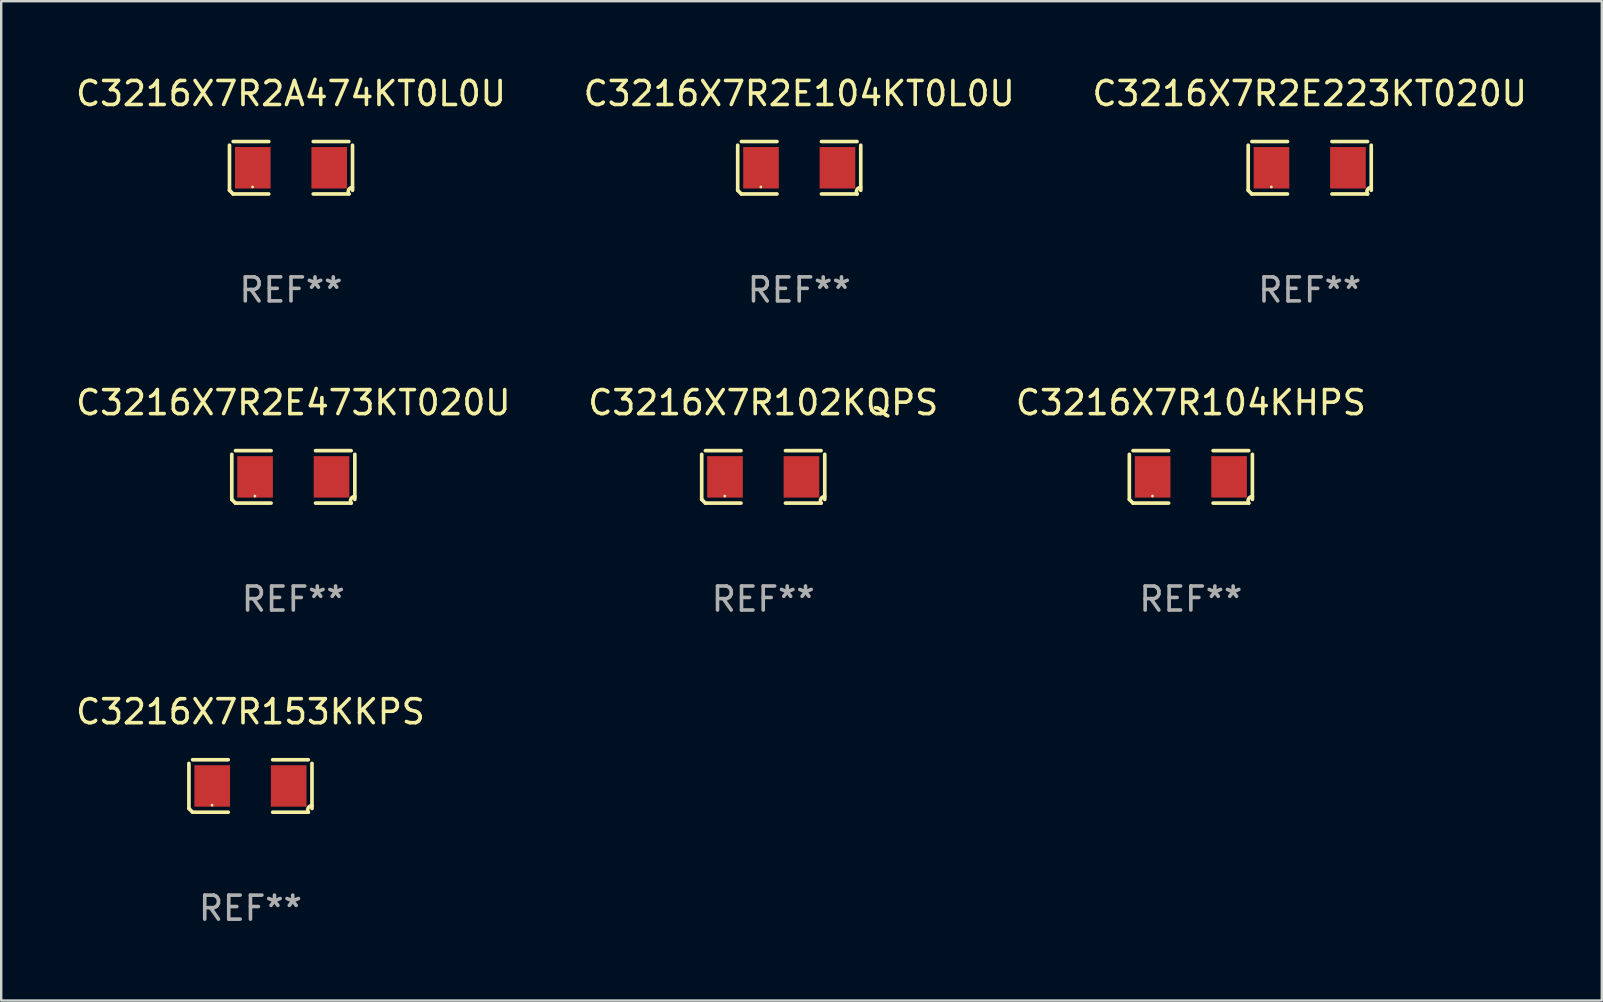
<source format=kicad_pcb>
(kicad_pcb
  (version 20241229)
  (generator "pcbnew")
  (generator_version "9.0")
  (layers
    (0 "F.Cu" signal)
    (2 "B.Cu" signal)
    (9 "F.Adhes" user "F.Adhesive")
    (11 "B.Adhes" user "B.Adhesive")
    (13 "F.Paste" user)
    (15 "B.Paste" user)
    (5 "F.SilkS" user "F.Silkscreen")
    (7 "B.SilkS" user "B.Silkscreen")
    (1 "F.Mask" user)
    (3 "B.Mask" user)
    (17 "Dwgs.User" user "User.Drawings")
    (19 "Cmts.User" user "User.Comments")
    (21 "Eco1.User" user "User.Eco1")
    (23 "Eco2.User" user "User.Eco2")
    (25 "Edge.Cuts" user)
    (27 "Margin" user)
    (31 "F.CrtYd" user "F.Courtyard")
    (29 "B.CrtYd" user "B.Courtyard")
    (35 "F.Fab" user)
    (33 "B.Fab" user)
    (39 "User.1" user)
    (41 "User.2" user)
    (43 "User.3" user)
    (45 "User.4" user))
  (footprint "C3216X7R153KKPS"
    (layer "F.Cu")
    (at 7.387 29.704)
    (property "Reference" "C3216X7R153KKPS" (at 0 -3.093 0) (layer "F.SilkS") (effects (font (size 1 1) (thickness 0.15))))
    (attr through_hole)
    (fp_line (start -2.564 0.94) (end -2.564 -0.94) (stroke (width 0.152) (type solid)) (layer "F.SilkS"))
    (fp_line (start -2.411 -1.093) (end -0.926 -1.093) (stroke (width 0.152) (type solid)) (layer "F.SilkS"))
    (fp_line (start -0.926 1.093) (end -2.411 1.093) (stroke (width 0.152) (type solid)) (layer "F.SilkS"))
    (fp_line (start 0.926 1.093) (end 2.411 1.093) (stroke (width 0.152) (type solid)) (layer "F.SilkS"))
    (fp_line (start 2.411 -1.093) (end 0.926 -1.093) (stroke (width 0.152) (type solid)) (layer "F.SilkS"))
    (fp_line (start 2.564 0.94) (end 2.564 -0.94) (stroke (width 0.152) (type solid)) (layer "F.SilkS"))
    (fp_arc (start -2.411201 1.092609) (mid -2.487413 1.01642) (end -2.563602 0.940208) (stroke (width 0.1524) (type solid)) (layer "F.SilkS"))
    (fp_arc (start 2.411201 1.092609) (mid 2.407159 0.911226) (end 2.563602 0.819347) (stroke (width 0.1524) (type solid)) (layer "F.SilkS"))
    (fp_circle (center -1.6 0.8) (end -1.57 0.8) (stroke (width 0.06) (type solid)) (fill no) (layer "F.SilkS"))
    (fp_text user "REF**" (at 0 5.093 0) (layer "F.Fab") (effects (font (size 1 1) (thickness 0.15))))
    (pad "1" smd rect (at -1.593 0) (size 1.485 1.728) (layers "F.Cu" "F.Mask" "F.Paste"))
    (pad "2" smd rect (at 1.593 0) (size 1.485 1.728) (layers "F.Cu" "F.Mask" "F.Paste")))
  (footprint "C3216X7R2E104KT0L0U"
    (layer "F.Cu")
    (at 30.256 3.941)
    (property "Reference" "C3216X7R2E104KT0L0U" (at 0 -3.093 0) (layer "F.SilkS") (effects (font (size 1 1) (thickness 0.15))))
    (attr through_hole)
    (fp_line (start -2.564 0.94) (end -2.564 -0.94) (stroke (width 0.152) (type solid)) (layer "F.SilkS"))
    (fp_line (start -2.411 -1.093) (end -0.926 -1.093) (stroke (width 0.152) (type solid)) (layer "F.SilkS"))
    (fp_line (start -0.926 1.093) (end -2.411 1.093) (stroke (width 0.152) (type solid)) (layer "F.SilkS"))
    (fp_line (start 0.926 1.093) (end 2.411 1.093) (stroke (width 0.152) (type solid)) (layer "F.SilkS"))
    (fp_line (start 2.411 -1.093) (end 0.926 -1.093) (stroke (width 0.152) (type solid)) (layer "F.SilkS"))
    (fp_line (start 2.564 0.94) (end 2.564 -0.94) (stroke (width 0.152) (type solid)) (layer "F.SilkS"))
    (fp_arc (start -2.411201 1.092609) (mid -2.487413 1.01642) (end -2.563602 0.940208) (stroke (width 0.1524) (type solid)) (layer "F.SilkS"))
    (fp_arc (start 2.411201 1.092609) (mid 2.407159 0.911226) (end 2.563602 0.819347) (stroke (width 0.1524) (type solid)) (layer "F.SilkS"))
    (fp_circle (center -1.6 0.8) (end -1.57 0.8) (stroke (width 0.06) (type solid)) (fill no) (layer "F.SilkS"))
    (fp_text user "REF**" (at 0 5.093 0) (layer "F.Fab") (effects (font (size 1 1) (thickness 0.15))))
    (pad "1" smd rect (at -1.593 0) (size 1.485 1.728) (layers "F.Cu" "F.Mask" "F.Paste"))
    (pad "2" smd rect (at 1.593 0) (size 1.485 1.728) (layers "F.Cu" "F.Mask" "F.Paste")))
  (footprint "C3216X7R2E473KT020U"
    (layer "F.Cu")
    (at 9.173 16.823)
    (property "Reference" "C3216X7R2E473KT020U" (at 0 -3.093 0) (layer "F.SilkS") (effects (font (size 1 1) (thickness 0.15))))
    (attr through_hole)
    (fp_line (start -2.564 0.94) (end -2.564 -0.94) (stroke (width 0.152) (type solid)) (layer "F.SilkS"))
    (fp_line (start -2.411 -1.093) (end -0.926 -1.093) (stroke (width 0.152) (type solid)) (layer "F.SilkS"))
    (fp_line (start -0.926 1.093) (end -2.411 1.093) (stroke (width 0.152) (type solid)) (layer "F.SilkS"))
    (fp_line (start 0.926 1.093) (end 2.411 1.093) (stroke (width 0.152) (type solid)) (layer "F.SilkS"))
    (fp_line (start 2.411 -1.093) (end 0.926 -1.093) (stroke (width 0.152) (type solid)) (layer "F.SilkS"))
    (fp_line (start 2.564 0.94) (end 2.564 -0.94) (stroke (width 0.152) (type solid)) (layer "F.SilkS"))
    (fp_arc (start -2.411201 1.092609) (mid -2.487413 1.01642) (end -2.563602 0.940208) (stroke (width 0.1524) (type solid)) (layer "F.SilkS"))
    (fp_arc (start 2.411201 1.092609) (mid 2.407159 0.911226) (end 2.563602 0.819347) (stroke (width 0.1524) (type solid)) (layer "F.SilkS"))
    (fp_circle (center -1.6 0.8) (end -1.57 0.8) (stroke (width 0.06) (type solid)) (fill no) (layer "F.SilkS"))
    (fp_text user "REF**" (at 0 5.093 0) (layer "F.Fab") (effects (font (size 1 1) (thickness 0.15))))
    (pad "1" smd rect (at -1.593 0) (size 1.485 1.728) (layers "F.Cu" "F.Mask" "F.Paste"))
    (pad "2" smd rect (at 1.593 0) (size 1.485 1.728) (layers "F.Cu" "F.Mask" "F.Paste")))
  (footprint "C3216X7R104KHPS"
    (layer "F.Cu")
    (at 46.577 16.823)
    (property "Reference" "C3216X7R104KHPS" (at 0 -3.093 0) (layer "F.SilkS") (effects (font (size 1 1) (thickness 0.15))))
    (attr through_hole)
    (fp_line (start -2.564 0.94) (end -2.564 -0.94) (stroke (width 0.152) (type solid)) (layer "F.SilkS"))
    (fp_line (start -2.411 -1.093) (end -0.926 -1.093) (stroke (width 0.152) (type solid)) (layer "F.SilkS"))
    (fp_line (start -0.926 1.093) (end -2.411 1.093) (stroke (width 0.152) (type solid)) (layer "F.SilkS"))
    (fp_line (start 0.926 1.093) (end 2.411 1.093) (stroke (width 0.152) (type solid)) (layer "F.SilkS"))
    (fp_line (start 2.411 -1.093) (end 0.926 -1.093) (stroke (width 0.152) (type solid)) (layer "F.SilkS"))
    (fp_line (start 2.564 0.94) (end 2.564 -0.94) (stroke (width 0.152) (type solid)) (layer "F.SilkS"))
    (fp_arc (start -2.411201 1.092609) (mid -2.487413 1.01642) (end -2.563602 0.940208) (stroke (width 0.1524) (type solid)) (layer "F.SilkS"))
    (fp_arc (start 2.411201 1.092609) (mid 2.407159 0.911226) (end 2.563602 0.819347) (stroke (width 0.1524) (type solid)) (layer "F.SilkS"))
    (fp_circle (center -1.6 0.8) (end -1.57 0.8) (stroke (width 0.06) (type solid)) (fill no) (layer "F.SilkS"))
    (fp_text user "REF**" (at 0 5.093 0) (layer "F.Fab") (effects (font (size 1 1) (thickness 0.15))))
    (pad "1" smd rect (at -1.593 0) (size 1.485 1.728) (layers "F.Cu" "F.Mask" "F.Paste"))
    (pad "2" smd rect (at 1.593 0) (size 1.485 1.728) (layers "F.Cu" "F.Mask" "F.Paste")))
  (footprint "C3216X7R102KQPS"
    (layer "F.Cu")
    (at 28.756 16.823)
    (property "Reference" "C3216X7R102KQPS" (at 0 -3.093 0) (layer "F.SilkS") (effects (font (size 1 1) (thickness 0.15))))
    (attr through_hole)
    (fp_line (start -2.564 0.94) (end -2.564 -0.94) (stroke (width 0.152) (type solid)) (layer "F.SilkS"))
    (fp_line (start -2.411 -1.093) (end -0.926 -1.093) (stroke (width 0.152) (type solid)) (layer "F.SilkS"))
    (fp_line (start -0.926 1.093) (end -2.411 1.093) (stroke (width 0.152) (type solid)) (layer "F.SilkS"))
    (fp_line (start 0.926 1.093) (end 2.411 1.093) (stroke (width 0.152) (type solid)) (layer "F.SilkS"))
    (fp_line (start 2.411 -1.093) (end 0.926 -1.093) (stroke (width 0.152) (type solid)) (layer "F.SilkS"))
    (fp_line (start 2.564 0.94) (end 2.564 -0.94) (stroke (width 0.152) (type solid)) (layer "F.SilkS"))
    (fp_arc (start -2.411201 1.092609) (mid -2.487413 1.01642) (end -2.563602 0.940208) (stroke (width 0.1524) (type solid)) (layer "F.SilkS"))
    (fp_arc (start 2.411201 1.092609) (mid 2.407159 0.911226) (end 2.563602 0.819347) (stroke (width 0.1524) (type solid)) (layer "F.SilkS"))
    (fp_circle (center -1.6 0.8) (end -1.57 0.8) (stroke (width 0.06) (type solid)) (fill no) (layer "F.SilkS"))
    (fp_text user "REF**" (at 0 5.093 0) (layer "F.Fab") (effects (font (size 1 1) (thickness 0.15))))
    (pad "1" smd rect (at -1.593 0) (size 1.485 1.728) (layers "F.Cu" "F.Mask" "F.Paste"))
    (pad "2" smd rect (at 1.593 0) (size 1.485 1.728) (layers "F.Cu" "F.Mask" "F.Paste")))
  (footprint "C3216X7R2A474KT0L0U"
    (layer "F.Cu")
    (at 9.077 3.941)
    (property "Reference" "C3216X7R2A474KT0L0U" (at 0 -3.093 0) (layer "F.SilkS") (effects (font (size 1 1) (thickness 0.15))))
    (attr through_hole)
    (fp_line (start -2.564 0.94) (end -2.564 -0.94) (stroke (width 0.152) (type solid)) (layer "F.SilkS"))
    (fp_line (start -2.411 -1.093) (end -0.926 -1.093) (stroke (width 0.152) (type solid)) (layer "F.SilkS"))
    (fp_line (start -0.926 1.093) (end -2.411 1.093) (stroke (width 0.152) (type solid)) (layer "F.SilkS"))
    (fp_line (start 0.926 1.093) (end 2.411 1.093) (stroke (width 0.152) (type solid)) (layer "F.SilkS"))
    (fp_line (start 2.411 -1.093) (end 0.926 -1.093) (stroke (width 0.152) (type solid)) (layer "F.SilkS"))
    (fp_line (start 2.564 0.94) (end 2.564 -0.94) (stroke (width 0.152) (type solid)) (layer "F.SilkS"))
    (fp_arc (start -2.411201 1.092609) (mid -2.487413 1.01642) (end -2.563602 0.940208) (stroke (width 0.1524) (type solid)) (layer "F.SilkS"))
    (fp_arc (start 2.411201 1.092609) (mid 2.407159 0.911226) (end 2.563602 0.819347) (stroke (width 0.1524) (type solid)) (layer "F.SilkS"))
    (fp_circle (center -1.6 0.8) (end -1.57 0.8) (stroke (width 0.06) (type solid)) (fill no) (layer "F.SilkS"))
    (fp_text user "REF**" (at 0 5.093 0) (layer "F.Fab") (effects (font (size 1 1) (thickness 0.15))))
    (pad "1" smd rect (at -1.593 0) (size 1.485 1.728) (layers "F.Cu" "F.Mask" "F.Paste"))
    (pad "2" smd rect (at 1.593 0) (size 1.485 1.728) (layers "F.Cu" "F.Mask" "F.Paste")))
  (footprint "C3216X7R2E223KT020U"
    (layer "F.Cu")
    (at 51.53 3.941)
    (property "Reference" "C3216X7R2E223KT020U" (at 0 -3.093 0) (layer "F.SilkS") (effects (font (size 1 1) (thickness 0.15))))
    (attr through_hole)
    (fp_line (start -2.564 0.94) (end -2.564 -0.94) (stroke (width 0.152) (type solid)) (layer "F.SilkS"))
    (fp_line (start -2.411 -1.093) (end -0.926 -1.093) (stroke (width 0.152) (type solid)) (layer "F.SilkS"))
    (fp_line (start -0.926 1.093) (end -2.411 1.093) (stroke (width 0.152) (type solid)) (layer "F.SilkS"))
    (fp_line (start 0.926 1.093) (end 2.411 1.093) (stroke (width 0.152) (type solid)) (layer "F.SilkS"))
    (fp_line (start 2.411 -1.093) (end 0.926 -1.093) (stroke (width 0.152) (type solid)) (layer "F.SilkS"))
    (fp_line (start 2.564 0.94) (end 2.564 -0.94) (stroke (width 0.152) (type solid)) (layer "F.SilkS"))
    (fp_arc (start -2.411201 1.092609) (mid -2.487413 1.01642) (end -2.563602 0.940208) (stroke (width 0.1524) (type solid)) (layer "F.SilkS"))
    (fp_arc (start 2.411201 1.092609) (mid 2.407159 0.911226) (end 2.563602 0.819347) (stroke (width 0.1524) (type solid)) (layer "F.SilkS"))
    (fp_circle (center -1.6 0.8) (end -1.57 0.8) (stroke (width 0.06) (type solid)) (fill no) (layer "F.SilkS"))
    (fp_text user "REF**" (at 0 5.093 0) (layer "F.Fab") (effects (font (size 1 1) (thickness 0.15))))
    (pad "1" smd rect (at -1.593 0) (size 1.485 1.728) (layers "F.Cu" "F.Mask" "F.Paste"))
    (pad "2" smd rect (at 1.593 0) (size 1.485 1.728) (layers "F.Cu" "F.Mask" "F.Paste")))
  (gr_rect
    (start -3 -3)
    (end 63.702 38.645)
    (stroke (width 0.1) (type default))
    (fill no)
    (layer "Edge.Cuts")))
</source>
